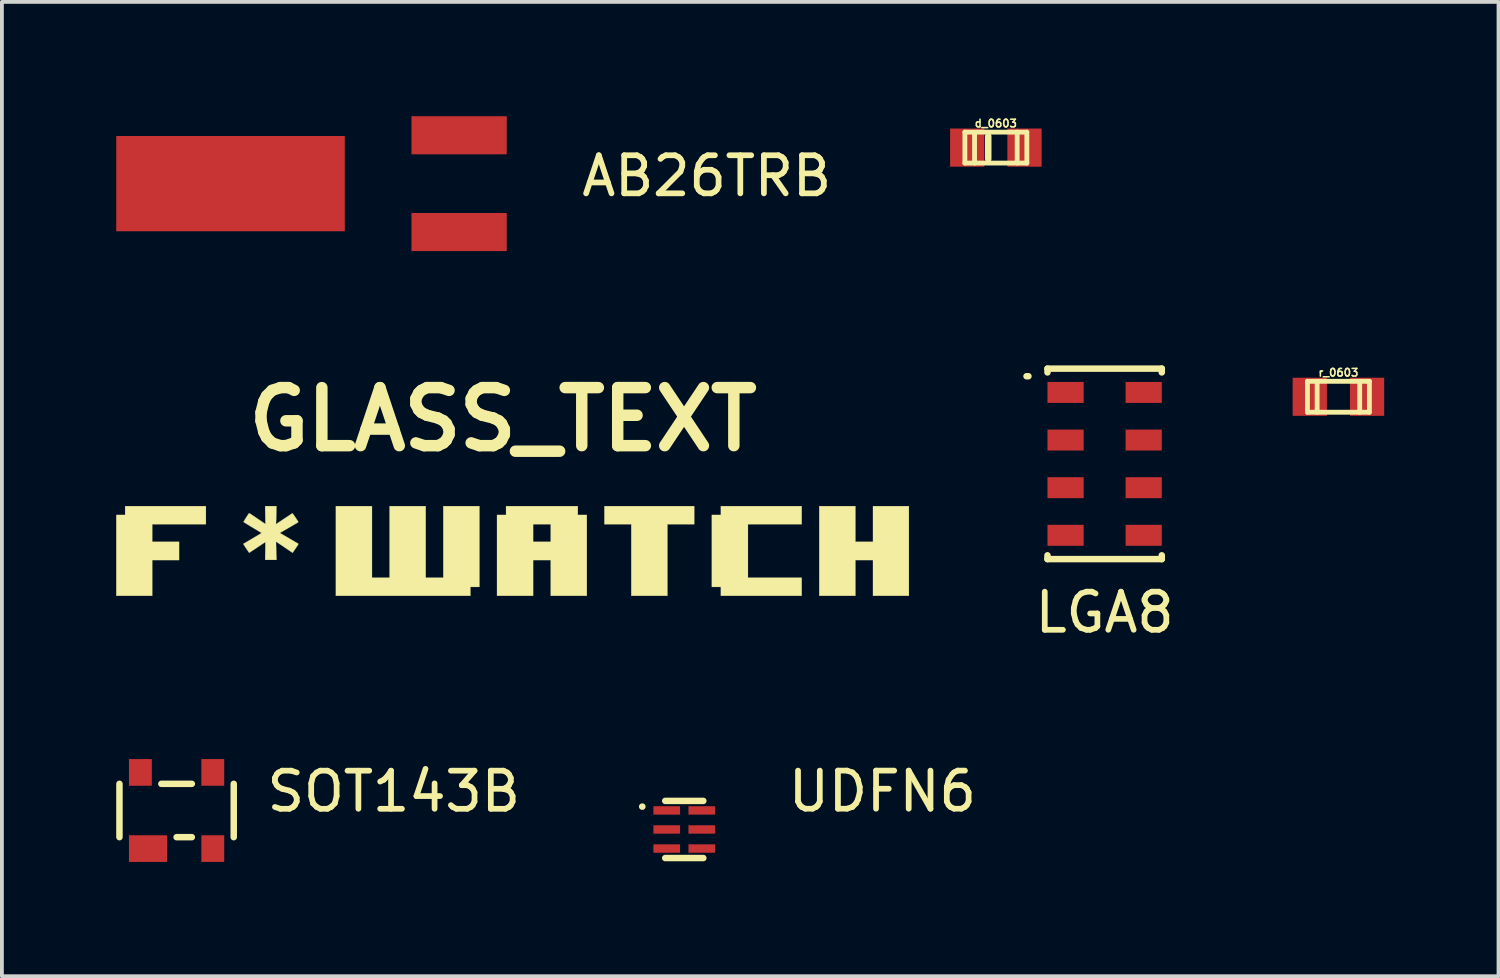
<source format=kicad_pcb>
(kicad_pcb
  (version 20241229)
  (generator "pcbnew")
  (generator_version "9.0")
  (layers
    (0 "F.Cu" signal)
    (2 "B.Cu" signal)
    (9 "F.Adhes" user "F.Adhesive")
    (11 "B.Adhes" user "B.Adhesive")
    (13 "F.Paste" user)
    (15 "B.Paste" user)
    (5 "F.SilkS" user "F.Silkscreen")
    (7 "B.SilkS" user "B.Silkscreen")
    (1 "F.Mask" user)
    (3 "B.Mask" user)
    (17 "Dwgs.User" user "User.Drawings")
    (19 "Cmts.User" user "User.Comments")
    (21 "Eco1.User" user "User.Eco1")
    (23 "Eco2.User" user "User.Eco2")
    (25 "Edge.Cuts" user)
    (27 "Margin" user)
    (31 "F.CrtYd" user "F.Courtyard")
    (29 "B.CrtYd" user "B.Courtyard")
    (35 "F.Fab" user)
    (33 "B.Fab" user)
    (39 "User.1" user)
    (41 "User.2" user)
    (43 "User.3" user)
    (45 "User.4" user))
  (footprint "r_0603"
    (layer "F.Cu")
    (at 32.079 7.364)
    (property "Reference" "r_0603" (at 0 -0.635 0) (layer "F.SilkS") (effects (font (size 0.201 0.201) (thickness 0.041))))
    (attr through_hole)
    (fp_line (start -0.813 -0.406) (end 0.813 -0.406) (stroke (width 0.127) (type solid)) (layer "F.SilkS"))
    (fp_line (start -0.813 0.406) (end -0.813 -0.406) (stroke (width 0.127) (type solid)) (layer "F.SilkS"))
    (fp_line (start -0.559 -0.381) (end -0.559 0.406) (stroke (width 0.127) (type solid)) (layer "F.SilkS"))
    (fp_line (start 0.559 0.406) (end 0.559 -0.406) (stroke (width 0.127) (type solid)) (layer "F.SilkS"))
    (fp_line (start 0.813 -0.406) (end 0.813 0.406) (stroke (width 0.127) (type solid)) (layer "F.SilkS"))
    (fp_line (start 0.813 0.406) (end -0.813 0.406) (stroke (width 0.127) (type solid)) (layer "F.SilkS"))
    (pad "1" smd rect (at 0.752 0) (size 0.899 1.001) (layers "F.Cu" "F.Mask" "F.Paste"))
    (pad "2" smd rect (at -0.752 0) (size 0.899 1.001) (layers "F.Cu" "F.Mask" "F.Paste")))
  (footprint "GLASS_TEXT"
    (layer "F.Cu")
    (at 10.401 11.408)
    (property "Reference" "GLASS_TEXT" (at -0.25 -3.45 0) (layer "F.SilkS") (effects (font (size 1.524 1.524) (thickness 0.3))))
    (attr through_hole)
    (fp_poly (pts (xy 4.77 -0.699) (xy 4.418 -0.699) (xy 4.066 -0.699) (xy 4.066 0.24) (xy 4.066 1.179) (xy 3.592 1.179) (xy 3.118 1.179) (xy 3.118 0.24) (xy 3.118 -0.699) (xy 2.766 -0.699) (xy 2.413 -0.699) (xy 2.413 -0.936) (xy 2.413 -1.173) (xy 3.592 -1.173) (xy 4.77 -1.173) (xy 4.77 -0.936) (xy 4.77 -0.699)) (stroke (width 0.007) (type solid)) (fill yes) (layer "F.SilkS"))
    (fp_poly (pts (xy -8.047 -0.699) (xy -8.751 -0.699) (xy -9.456 -0.699) (xy -9.456 -0.468) (xy -9.456 -0.237) (xy -9.104 -0.237) (xy -8.751 -0.237) (xy -8.751 0.003) (xy -8.751 0.242) (xy -9.104 0.242) (xy -9.456 0.242) (xy -9.456 0.71) (xy -9.456 1.179) (xy -9.927 1.179) (xy -10.398 1.179) (xy -10.398 0.118) (xy -10.398 -0.942) (xy -10.282 -0.942) (xy -10.167 -0.942) (xy -10.167 -1.057) (xy -10.167 -1.173) (xy -9.107 -1.173) (xy -8.047 -1.173) (xy -8.047 -0.936) (xy -8.047 -0.699)) (stroke (width 0.007) (type solid)) (fill yes) (layer "F.SilkS"))
    (fp_poly (pts (xy 7.59 1.179) (xy 6.53 1.179) (xy 5.47 1.179) (xy 5.47 1.063) (xy 5.47 0.947) (xy 5.351 0.947) (xy 5.233 0.947) (xy 5.233 0.003) (xy 5.233 -0.942) (xy 5.351 -0.942) (xy 5.47 -0.942) (xy 5.47 -1.057) (xy 5.47 -1.173) (xy 6.53 -1.173) (xy 7.59 -1.173) (xy 7.59 -0.936) (xy 7.59 -0.699) (xy 6.885 -0.699) (xy 6.18 -0.699) (xy 6.18 0.003) (xy 6.18 0.705) (xy 6.885 0.705) (xy 7.59 0.705) (xy 7.59 0.942) (xy 7.59 1.179)) (stroke (width 0.007) (type solid)) (fill yes) (layer "F.SilkS"))
    (fp_poly (pts (xy 10.404 1.179) (xy 9.933 1.179) (xy 9.462 1.179) (xy 9.462 0.71) (xy 9.462 0.242) (xy 9.231 0.242) (xy 9 0.242) (xy 9 0.71) (xy 9 1.179) (xy 8.526 1.179) (xy 8.052 1.179) (xy 8.052 0.003) (xy 8.052 -1.173) (xy 8.526 -1.173) (xy 9 -1.173) (xy 9 -0.705) (xy 9 -0.237) (xy 9.231 -0.237) (xy 9.462 -0.237) (xy 9.462 -0.705) (xy 9.462 -1.173) (xy 9.933 -1.173) (xy 10.404 -1.173) (xy 10.404 0.003) (xy 10.404 1.179)) (stroke (width 0.007) (type solid)) (fill yes) (layer "F.SilkS"))
    (fp_poly (pts (xy -0.868 0.947) (xy -0.987 0.947) (xy -1.105 0.947) (xy -1.105 1.063) (xy -1.105 1.179) (xy -2.87 1.179) (xy -4.635 1.179) (xy -4.635 0.003) (xy -4.635 -1.173) (xy -4.161 -1.173) (xy -3.688 -1.173) (xy -3.688 -0.234) (xy -3.688 0.705) (xy -3.457 0.705) (xy -3.225 0.705) (xy -3.225 -0.234) (xy -3.225 -1.173) (xy -2.752 -1.173) (xy -2.278 -1.173) (xy -2.278 -0.234) (xy -2.278 0.705) (xy -2.047 0.705) (xy -1.816 0.705) (xy -1.816 -0.234) (xy -1.816 -1.173) (xy -1.342 -1.173) (xy -0.868 -1.173) (xy -0.868 -0.113) (xy -0.868 0.947)) (stroke (width 0.007) (type solid)) (fill yes) (layer "F.SilkS"))
    (fp_poly (pts (xy 1.951 1.179) (xy 1.477 1.179) (xy 1.004 1.179) (xy 1.004 0.71) (xy 1.004 0.242) (xy 1.004 -0.237) (xy 1.004 -0.468) (xy 1.004 -0.699) (xy 0.773 -0.699) (xy 0.541 -0.699) (xy 0.541 -0.468) (xy 0.541 -0.237) (xy 0.773 -0.237) (xy 1.004 -0.237) (xy 1.004 0.242) (xy 0.773 0.242) (xy 0.541 0.242) (xy 0.541 0.71) (xy 0.541 1.179) (xy 0.068 1.179) (xy -0.406 1.179) (xy -0.406 0.118) (xy -0.406 -0.942) (xy -0.288 -0.942) (xy -0.169 -0.942) (xy -0.169 -1.057) (xy -0.169 -1.173) (xy 0.773 -1.173) (xy 1.714 -1.173) (xy 1.714 -1.057) (xy 1.714 -0.942) (xy 1.833 -0.942) (xy 1.951 -0.942) (xy 1.951 0.118) (xy 1.951 1.179)) (stroke (width 0.007) (type solid)) (fill yes) (layer "F.SilkS"))
    (fp_poly (pts (xy -5.62 -0.183) (xy -5.622 -0.176) (xy -5.627 -0.165) (xy -5.637 -0.149) (xy -5.651 -0.126) (xy -5.671 -0.096) (xy -5.692 -0.065) (xy -5.77 0.051) (xy -5.785 0.041) (xy -5.793 0.036) (xy -5.808 0.026) (xy -5.832 0.01) (xy -5.861 -0.01) (xy -5.896 -0.034) (xy -5.934 -0.06) (xy -5.976 -0.088) (xy -6.002 -0.106) (xy -6.044 -0.135) (xy -6.084 -0.161) (xy -6.119 -0.185) (xy -6.15 -0.206) (xy -6.175 -0.222) (xy -6.193 -0.234) (xy -6.204 -0.24) (xy -6.206 -0.241) (xy -6.207 -0.235) (xy -6.207 -0.219) (xy -6.206 -0.194) (xy -6.206 -0.161) (xy -6.205 -0.122) (xy -6.204 -0.077) (xy -6.202 -0.028) (xy -6.202 -0.001) (xy -6.194 0.237) (xy -6.343 0.237) (xy -6.492 0.237) (xy -6.487 0.002) (xy -6.486 -0.056) (xy -6.486 -0.105) (xy -6.485 -0.143) (xy -6.485 -0.173) (xy -6.486 -0.196) (xy -6.486 -0.212) (xy -6.487 -0.222) (xy -6.489 -0.227) (xy -6.49 -0.228) (xy -6.491 -0.228) (xy -6.497 -0.224) (xy -6.512 -0.214) (xy -6.534 -0.2) (xy -6.562 -0.181) (xy -6.596 -0.159) (xy -6.634 -0.133) (xy -6.675 -0.106) (xy -6.702 -0.088) (xy -6.744 -0.059) (xy -6.784 -0.033) (xy -6.82 -0.009) (xy -6.852 0.012) (xy -6.877 0.029) (xy -6.896 0.041) (xy -6.906 0.048) (xy -6.909 0.05) (xy -6.913 0.046) (xy -6.922 0.034) (xy -6.935 0.016) (xy -6.951 -0.008) (xy -6.969 -0.034) (xy -6.988 -0.062) (xy -7.007 -0.091) (xy -7.025 -0.118) (xy -7.04 -0.142) (xy -7.053 -0.162) (xy -7.061 -0.176) (xy -7.064 -0.183) (xy -7.064 -0.183) (xy -7.059 -0.186) (xy -7.046 -0.194) (xy -7.024 -0.207) (xy -6.995 -0.224) (xy -6.961 -0.244) (xy -6.921 -0.268) (xy -6.877 -0.293) (xy -6.831 -0.321) (xy -6.824 -0.325) (xy -6.777 -0.352) (xy -6.733 -0.379) (xy -6.693 -0.402) (xy -6.658 -0.423) (xy -6.629 -0.441) (xy -6.607 -0.455) (xy -6.592 -0.464) (xy -6.586 -0.468) (xy -6.586 -0.469) (xy -6.591 -0.472) (xy -6.604 -0.481) (xy -6.626 -0.494) (xy -6.654 -0.512) (xy -6.688 -0.532) (xy -6.727 -0.556) (xy -6.77 -0.582) (xy -6.817 -0.61) (xy -6.821 -0.612) (xy -6.868 -0.64) (xy -6.911 -0.667) (xy -6.951 -0.691) (xy -6.986 -0.712) (xy -7.015 -0.73) (xy -7.037 -0.744) (xy -7.052 -0.754) (xy -7.058 -0.759) (xy -7.058 -0.759) (xy -7.056 -0.765) (xy -7.048 -0.779) (xy -7.036 -0.798) (xy -7.022 -0.823) (xy -7.005 -0.85) (xy -6.987 -0.879) (xy -6.969 -0.907) (xy -6.952 -0.934) (xy -6.937 -0.957) (xy -6.925 -0.974) (xy -6.917 -0.984) (xy -6.916 -0.985) (xy -6.913 -0.986) (xy -6.906 -0.984) (xy -6.894 -0.978) (xy -6.877 -0.968) (xy -6.855 -0.953) (xy -6.826 -0.934) (xy -6.789 -0.91) (xy -6.744 -0.88) (xy -6.71 -0.856) (xy -6.667 -0.827) (xy -6.627 -0.8) (xy -6.59 -0.775) (xy -6.558 -0.753) (xy -6.532 -0.735) (xy -6.512 -0.722) (xy -6.5 -0.714) (xy -6.497 -0.712) (xy -6.484 -0.703) (xy -6.488 -0.938) (xy -6.492 -1.173) (xy -6.344 -1.173) (xy -6.196 -1.173) (xy -6.199 -0.974) (xy -6.2 -0.926) (xy -6.201 -0.88) (xy -6.202 -0.837) (xy -6.204 -0.8) (xy -6.205 -0.769) (xy -6.206 -0.747) (xy -6.206 -0.737) (xy -6.21 -0.698) (xy -5.997 -0.84) (xy -5.953 -0.869) (xy -5.912 -0.897) (xy -5.874 -0.921) (xy -5.842 -0.943) (xy -5.815 -0.961) (xy -5.794 -0.974) (xy -5.782 -0.982) (xy -5.777 -0.985) (xy -5.772 -0.981) (xy -5.762 -0.968) (xy -5.747 -0.948) (xy -5.727 -0.921) (xy -5.704 -0.888) (xy -5.693 -0.871) (xy -5.67 -0.836) (xy -5.651 -0.808) (xy -5.638 -0.787) (xy -5.629 -0.773) (xy -5.625 -0.763) (xy -5.623 -0.756) (xy -5.624 -0.752) (xy -5.627 -0.749) (xy -5.629 -0.748) (xy -5.636 -0.743) (xy -5.652 -0.734) (xy -5.676 -0.72) (xy -5.707 -0.702) (xy -5.743 -0.681) (xy -5.784 -0.657) (xy -5.828 -0.631) (xy -5.874 -0.605) (xy -6.106 -0.47) (xy -5.868 -0.331) (xy -5.821 -0.303) (xy -5.776 -0.277) (xy -5.735 -0.253) (xy -5.699 -0.232) (xy -5.669 -0.214) (xy -5.645 -0.2) (xy -5.629 -0.191) (xy -5.622 -0.186) (xy -5.622 -0.186) (xy -5.62 -0.183)) (stroke (width 0.007) (type solid)) (fill yes) (layer "F.SilkS")))
  (footprint "SOT143B"
    (layer "F.Cu")
    (at 1.585 18.223)
    (property "Reference" "SOT143B" (at 5.7 -0.5 0) (layer "F.SilkS") (effects (font (size 1 1) (thickness 0.15))))
    (attr through_hole)
    (fp_line (start -1.5 -0.7) (end -1.5 0.7) (stroke (width 0.17) (type solid)) (layer "F.SilkS"))
    (fp_line (start 0.4 -0.7) (end -0.4 -0.7) (stroke (width 0.17) (type solid)) (layer "F.SilkS"))
    (fp_line (start 0.4 0.7) (end 0 0.7) (stroke (width 0.17) (type solid)) (layer "F.SilkS"))
    (fp_line (start 1.5 -0.7) (end 1.5 0.7) (stroke (width 0.17) (type solid)) (layer "F.SilkS"))
    (pad "1" smd rect (at -0.75 1) (size 1 0.7) (layers "F.Cu" "F.Mask" "F.Paste"))
    (pad "2" smd rect (at 0.95 1) (size 0.6 0.7) (layers "F.Cu" "F.Mask" "F.Paste"))
    (pad "3" smd rect (at 0.95 -1) (size 0.6 0.7) (layers "F.Cu" "F.Mask" "F.Paste"))
    (pad "4" smd rect (at -0.95 -1) (size 0.6 0.7) (layers "F.Cu" "F.Mask" "F.Paste")))
  (footprint "d_0603"
    (layer "F.Cu")
    (at 23.088 0.824)
    (property "Reference" "d_0603" (at 0 -0.635 0) (layer "F.SilkS") (effects (font (size 0.201 0.201) (thickness 0.041))))
    (attr through_hole)
    (fp_line (start -0.813 -0.406) (end 0.813 -0.406) (stroke (width 0.127) (type solid)) (layer "F.SilkS"))
    (fp_line (start -0.813 0.406) (end -0.813 -0.406) (stroke (width 0.127) (type solid)) (layer "F.SilkS"))
    (fp_line (start -0.559 -0.381) (end -0.559 0.406) (stroke (width 0.127) (type solid)) (layer "F.SilkS"))
    (fp_line (start -0.2 -0.3) (end -0.2 0.3) (stroke (width 0.17) (type solid)) (layer "F.SilkS"))
    (fp_line (start 0.559 0.406) (end 0.559 -0.406) (stroke (width 0.127) (type solid)) (layer "F.SilkS"))
    (fp_line (start 0.813 -0.406) (end 0.813 0.406) (stroke (width 0.127) (type solid)) (layer "F.SilkS"))
    (fp_line (start 0.813 0.406) (end -0.813 0.406) (stroke (width 0.127) (type solid)) (layer "F.SilkS"))
    (pad "1" smd rect (at 0.752 0) (size 0.899 1.001) (layers "F.Cu" "F.Mask" "F.Paste"))
    (pad "2" smd rect (at -0.752 0) (size 0.899 1.001) (layers "F.Cu" "F.Mask" "F.Paste")))
  (footprint "AB26TRB"
    (layer "F.Cu")
    (at 9 1.77)
    (property "Reference" "AB26TRB" (at 6.5 -0.2 0) (layer "F.SilkS") (effects (font (size 1 1) (thickness 0.15))))
    (attr through_hole)
    (pad "1" smd rect (at 0 -1.27) (size 2.5 1) (layers "F.Cu" "F.Mask" "F.Paste"))
    (pad "2" smd rect (at 0 1.27) (size 2.5 1) (layers "F.Cu" "F.Mask" "F.Paste"))
    (pad "3" smd rect (at -6 0) (size 6 2.5) (layers "F.Cu" "F.Mask" "F.Paste")))
  (footprint "LGA8"
    (layer "F.Cu")
    (at 25.943 9.125)
    (property "Reference" "LGA8" (at 0 3.9 0) (layer "F.SilkS") (effects (font (size 1 1) (thickness 0.15))))
    (attr through_hole)
    (fp_line (start -2.05 -2.3) (end -2 -2.3) (stroke (width 0.17) (type solid)) (layer "F.SilkS"))
    (fp_line (start -1.5 -2.5) (end -1.5 -2.4) (stroke (width 0.17) (type solid)) (layer "F.SilkS"))
    (fp_line (start -1.5 -2.5) (end 1.5 -2.5) (stroke (width 0.17) (type solid)) (layer "F.SilkS"))
    (fp_line (start -1.5 2.5) (end -1.5 2.4) (stroke (width 0.17) (type solid)) (layer "F.SilkS"))
    (fp_line (start -1.5 2.5) (end 1.5 2.5) (stroke (width 0.17) (type solid)) (layer "F.SilkS"))
    (fp_line (start 1.5 -2.5) (end 1.5 -2.4) (stroke (width 0.17) (type solid)) (layer "F.SilkS"))
    (fp_line (start 1.5 2.5) (end 1.5 2.4) (stroke (width 0.17) (type solid)) (layer "F.SilkS"))
    (pad "1" smd rect (at -1.025 -1.875) (size 0.95 0.55) (layers "F.Cu" "F.Mask" "F.Paste"))
    (pad "2" smd rect (at -1.025 -0.625) (size 0.95 0.55) (layers "F.Cu" "F.Mask" "F.Paste"))
    (pad "3" smd rect (at -1.025 0.625) (size 0.95 0.55) (layers "F.Cu" "F.Mask" "F.Paste"))
    (pad "4" smd rect (at -1.025 1.875) (size 0.95 0.55) (layers "F.Cu" "F.Mask" "F.Paste"))
    (pad "5" smd rect (at 1.025 1.875) (size 0.95 0.55) (layers "F.Cu" "F.Mask" "F.Paste"))
    (pad "6" smd rect (at 1.025 0.625) (size 0.95 0.55) (layers "F.Cu" "F.Mask" "F.Paste"))
    (pad "7" smd rect (at 1.025 -0.625) (size 0.95 0.55) (layers "F.Cu" "F.Mask" "F.Paste"))
    (pad "8" smd rect (at 1.025 -1.875) (size 0.95 0.55) (layers "F.Cu" "F.Mask" "F.Paste")))
  (footprint "UDFN6"
    (layer "F.Cu")
    (at 14.91 18.721)
    (property "Reference" "UDFN6" (at 5.2 -1 0) (layer "F.SilkS") (effects (font (size 1 1) (thickness 0.15))))
    (attr through_hole)
    (fp_line (start -1.105 -0.6) (end -1.1 -0.6) (stroke (width 0.17) (type solid)) (layer "F.SilkS"))
    (fp_line (start -0.5 -0.75) (end 0.5 -0.75) (stroke (width 0.17) (type solid)) (layer "F.SilkS"))
    (fp_line (start -0.5 0.75) (end 0.5 0.75) (stroke (width 0.17) (type solid)) (layer "F.SilkS"))
    (pad "1" smd rect (at -0.46 -0.5) (size 0.7 0.22) (layers "F.Cu" "F.Mask" "F.Paste"))
    (pad "2" smd rect (at -0.46 0) (size 0.7 0.22) (layers "F.Cu" "F.Mask" "F.Paste"))
    (pad "3" smd rect (at -0.46 0.5) (size 0.7 0.22) (layers "F.Cu" "F.Mask" "F.Paste"))
    (pad "4" smd rect (at 0.46 0.5) (size 0.7 0.22) (layers "F.Cu" "F.Mask" "F.Paste"))
    (pad "5" smd rect (at 0.46 0) (size 0.7 0.22) (layers "F.Cu" "F.Mask" "F.Paste"))
    (pad "6" smd rect (at 0.46 -0.5) (size 0.7 0.22) (layers "F.Cu" "F.Mask" "F.Paste")))
  (gr_rect
    (start -3 -3)
    (end 36.281 22.573)
    (stroke (width 0.1) (type default))
    (fill no)
    (layer "Edge.Cuts")))
</source>
